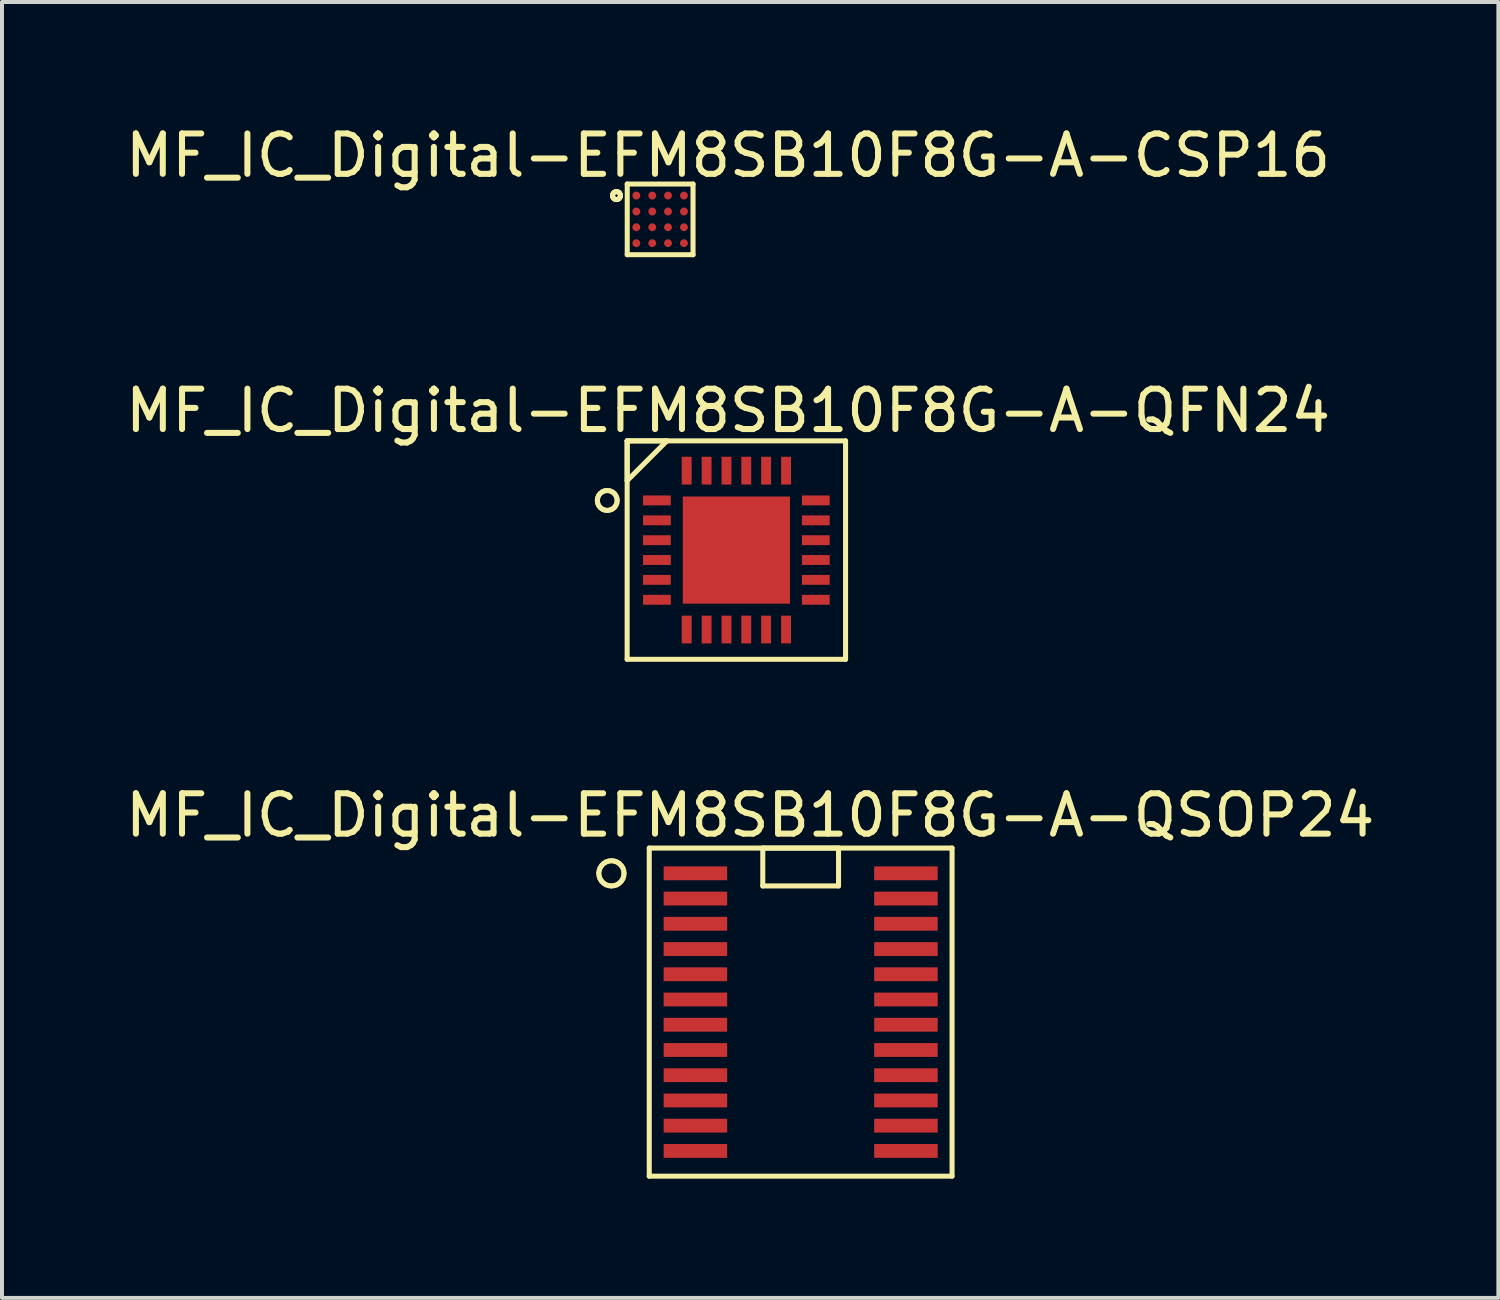
<source format=kicad_pcb>
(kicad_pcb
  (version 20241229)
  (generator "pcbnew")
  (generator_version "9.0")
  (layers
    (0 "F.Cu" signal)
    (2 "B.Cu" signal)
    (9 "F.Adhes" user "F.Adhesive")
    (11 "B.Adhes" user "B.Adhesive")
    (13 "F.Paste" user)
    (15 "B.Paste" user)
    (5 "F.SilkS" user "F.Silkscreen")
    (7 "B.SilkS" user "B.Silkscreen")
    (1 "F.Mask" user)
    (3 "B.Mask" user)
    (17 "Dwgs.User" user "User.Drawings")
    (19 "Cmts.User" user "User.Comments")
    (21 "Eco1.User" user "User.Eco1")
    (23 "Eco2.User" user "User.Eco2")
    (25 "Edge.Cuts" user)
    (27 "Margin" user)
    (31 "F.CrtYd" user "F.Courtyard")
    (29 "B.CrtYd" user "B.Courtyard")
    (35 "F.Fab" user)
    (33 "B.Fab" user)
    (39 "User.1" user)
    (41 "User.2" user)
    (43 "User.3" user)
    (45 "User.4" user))
  (footprint "MF_IC_Digital-EFM8SB10F8G-A-QSOP24"
    (layer "F.Cu")
    (at 17.097 22.418)
    (property "Reference" "MF_IC_Digital-EFM8SB10F8G-A-QSOP24" (at -1.27 -4.953 0) (layer "F.SilkS") (effects (font (size 1.016 1.016) (thickness 0.152))))
    (attr smd)
    (fp_line (start -5.08 -3.493) (end -5.07 -3.561) (stroke (width 0.127) (type solid)) (layer "F.SilkS"))
    (fp_line (start -5.07 -3.561) (end -5.047 -3.63) (stroke (width 0.127) (type solid)) (layer "F.SilkS"))
    (fp_line (start -5.07 -3.421) (end -5.08 -3.493) (stroke (width 0.127) (type solid)) (layer "F.SilkS"))
    (fp_line (start -5.047 -3.63) (end -5.009 -3.688) (stroke (width 0.127) (type solid)) (layer "F.SilkS"))
    (fp_line (start -5.047 -3.353) (end -5.07 -3.421) (stroke (width 0.127) (type solid)) (layer "F.SilkS"))
    (fp_line (start -5.009 -3.688) (end -4.958 -3.739) (stroke (width 0.127) (type solid)) (layer "F.SilkS"))
    (fp_line (start -5.009 -3.294) (end -5.047 -3.353) (stroke (width 0.127) (type solid)) (layer "F.SilkS"))
    (fp_line (start -4.958 -3.739) (end -4.9 -3.777) (stroke (width 0.127) (type solid)) (layer "F.SilkS"))
    (fp_line (start -4.958 -3.244) (end -5.009 -3.294) (stroke (width 0.127) (type solid)) (layer "F.SilkS"))
    (fp_line (start -4.9 -3.777) (end -4.831 -3.8) (stroke (width 0.127) (type solid)) (layer "F.SilkS"))
    (fp_line (start -4.9 -3.205) (end -4.958 -3.244) (stroke (width 0.127) (type solid)) (layer "F.SilkS"))
    (fp_line (start -4.831 -3.8) (end -4.763 -3.81) (stroke (width 0.127) (type solid)) (layer "F.SilkS"))
    (fp_line (start -4.831 -3.183) (end -4.9 -3.205) (stroke (width 0.127) (type solid)) (layer "F.SilkS"))
    (fp_line (start -4.763 -3.81) (end -4.691 -3.8) (stroke (width 0.127) (type solid)) (layer "F.SilkS"))
    (fp_line (start -4.763 -3.175) (end -4.831 -3.183) (stroke (width 0.127) (type solid)) (layer "F.SilkS"))
    (fp_line (start -4.691 -3.8) (end -4.623 -3.777) (stroke (width 0.127) (type solid)) (layer "F.SilkS"))
    (fp_line (start -4.691 -3.183) (end -4.763 -3.175) (stroke (width 0.127) (type solid)) (layer "F.SilkS"))
    (fp_line (start -4.623 -3.777) (end -4.564 -3.739) (stroke (width 0.127) (type solid)) (layer "F.SilkS"))
    (fp_line (start -4.623 -3.205) (end -4.691 -3.183) (stroke (width 0.127) (type solid)) (layer "F.SilkS"))
    (fp_line (start -4.564 -3.739) (end -4.514 -3.688) (stroke (width 0.127) (type solid)) (layer "F.SilkS"))
    (fp_line (start -4.564 -3.244) (end -4.623 -3.205) (stroke (width 0.127) (type solid)) (layer "F.SilkS"))
    (fp_line (start -4.514 -3.688) (end -4.475 -3.63) (stroke (width 0.127) (type solid)) (layer "F.SilkS"))
    (fp_line (start -4.514 -3.294) (end -4.564 -3.244) (stroke (width 0.127) (type solid)) (layer "F.SilkS"))
    (fp_line (start -4.475 -3.63) (end -4.453 -3.561) (stroke (width 0.127) (type solid)) (layer "F.SilkS"))
    (fp_line (start -4.475 -3.353) (end -4.514 -3.294) (stroke (width 0.127) (type solid)) (layer "F.SilkS"))
    (fp_line (start -4.453 -3.561) (end -4.445 -3.493) (stroke (width 0.127) (type solid)) (layer "F.SilkS"))
    (fp_line (start -4.453 -3.421) (end -4.475 -3.353) (stroke (width 0.127) (type solid)) (layer "F.SilkS"))
    (fp_line (start -4.445 -3.493) (end -4.453 -3.421) (stroke (width 0.127) (type solid)) (layer "F.SilkS"))
    (fp_line (start -3.81 -4.128) (end 3.81 -4.128) (stroke (width 0.127) (type solid)) (layer "F.SilkS"))
    (fp_line (start -3.81 4.128) (end -3.81 -4.128) (stroke (width 0.127) (type solid)) (layer "F.SilkS"))
    (fp_line (start -0.953 -4.128) (end -0.953 -3.175) (stroke (width 0.127) (type solid)) (layer "F.SilkS"))
    (fp_line (start -0.953 -3.175) (end 0.953 -3.175) (stroke (width 0.127) (type solid)) (layer "F.SilkS"))
    (fp_line (start 0.953 -4.128) (end -0.953 -4.128) (stroke (width 0.127) (type solid)) (layer "F.SilkS"))
    (fp_line (start 0.953 -3.175) (end 0.953 -4.128) (stroke (width 0.127) (type solid)) (layer "F.SilkS"))
    (fp_line (start 3.81 -4.128) (end 3.81 4.128) (stroke (width 0.127) (type solid)) (layer "F.SilkS"))
    (fp_line (start 3.81 4.128) (end -3.81 4.128) (stroke (width 0.127) (type solid)) (layer "F.SilkS"))
    (pad "1" smd rect (at -2.649 -3.493 90) (size 0.348 1.598) (layers "F.Cu" "F.Mask" "F.Paste"))
    (pad "2" smd rect (at -2.649 -2.857 90) (size 0.348 1.598) (layers "F.Cu" "F.Mask" "F.Paste"))
    (pad "3" smd rect (at -2.649 -2.223 90) (size 0.348 1.598) (layers "F.Cu" "F.Mask" "F.Paste"))
    (pad "4" smd rect (at -2.649 -1.587 90) (size 0.348 1.598) (layers "F.Cu" "F.Mask" "F.Paste"))
    (pad "5" smd rect (at -2.649 -0.953 90) (size 0.348 1.598) (layers "F.Cu" "F.Mask" "F.Paste"))
    (pad "6" smd rect (at -2.649 -0.318 90) (size 0.348 1.598) (layers "F.Cu" "F.Mask" "F.Paste"))
    (pad "7" smd rect (at -2.649 0.318 90) (size 0.348 1.598) (layers "F.Cu" "F.Mask" "F.Paste"))
    (pad "8" smd rect (at -2.649 0.953 90) (size 0.348 1.598) (layers "F.Cu" "F.Mask" "F.Paste"))
    (pad "9" smd rect (at -2.649 1.587 90) (size 0.348 1.598) (layers "F.Cu" "F.Mask" "F.Paste"))
    (pad "10" smd rect (at -2.649 2.223 90) (size 0.348 1.598) (layers "F.Cu" "F.Mask" "F.Paste"))
    (pad "11" smd rect (at -2.649 2.857 90) (size 0.348 1.598) (layers "F.Cu" "F.Mask" "F.Paste"))
    (pad "12" smd rect (at -2.649 3.493 90) (size 0.348 1.598) (layers "F.Cu" "F.Mask" "F.Paste"))
    (pad "13" smd rect (at 2.649 3.493 270) (size 0.348 1.598) (layers "F.Cu" "F.Mask" "F.Paste"))
    (pad "14" smd rect (at 2.649 2.857 270) (size 0.348 1.598) (layers "F.Cu" "F.Mask" "F.Paste"))
    (pad "15" smd rect (at 2.649 2.223 270) (size 0.348 1.598) (layers "F.Cu" "F.Mask" "F.Paste"))
    (pad "16" smd rect (at 2.649 1.587 270) (size 0.348 1.598) (layers "F.Cu" "F.Mask" "F.Paste"))
    (pad "17" smd rect (at 2.649 0.953 270) (size 0.348 1.598) (layers "F.Cu" "F.Mask" "F.Paste"))
    (pad "18" smd rect (at 2.649 0.318 270) (size 0.348 1.598) (layers "F.Cu" "F.Mask" "F.Paste"))
    (pad "19" smd rect (at 2.649 -0.318 270) (size 0.348 1.598) (layers "F.Cu" "F.Mask" "F.Paste"))
    (pad "20" smd rect (at 2.649 -0.953 270) (size 0.348 1.598) (layers "F.Cu" "F.Mask" "F.Paste"))
    (pad "21" smd rect (at 2.649 -1.587 270) (size 0.348 1.598) (layers "F.Cu" "F.Mask" "F.Paste"))
    (pad "22" smd rect (at 2.649 -2.223 270) (size 0.348 1.598) (layers "F.Cu" "F.Mask" "F.Paste"))
    (pad "23" smd rect (at 2.649 -2.857 270) (size 0.348 1.598) (layers "F.Cu" "F.Mask" "F.Paste"))
    (pad "24" smd rect (at 2.649 -3.493 270) (size 0.348 1.598) (layers "F.Cu" "F.Mask" "F.Paste")))
  (footprint "MF_IC_Digital-EFM8SB10F8G-A-QFN24"
    (layer "F.Cu")
    (at 15.479 10.792)
    (property "Reference" "MF_IC_Digital-EFM8SB10F8G-A-QFN24" (at -0.208 -3.508 0) (layer "F.SilkS") (effects (font (size 1.016 1.016) (thickness 0.152))))
    (attr smd)
    (fp_line (start -3.498 -1.25) (end -3.49 -1.313) (stroke (width 0.127) (type solid)) (layer "F.SilkS"))
    (fp_line (start -3.49 -1.313) (end -3.465 -1.374) (stroke (width 0.127) (type solid)) (layer "F.SilkS"))
    (fp_line (start -3.49 -1.184) (end -3.498 -1.25) (stroke (width 0.127) (type solid)) (layer "F.SilkS"))
    (fp_line (start -3.465 -1.374) (end -3.426 -1.425) (stroke (width 0.127) (type solid)) (layer "F.SilkS"))
    (fp_line (start -3.465 -1.123) (end -3.49 -1.184) (stroke (width 0.127) (type solid)) (layer "F.SilkS"))
    (fp_line (start -3.426 -1.425) (end -3.373 -1.466) (stroke (width 0.127) (type solid)) (layer "F.SilkS"))
    (fp_line (start -3.426 -1.072) (end -3.465 -1.123) (stroke (width 0.127) (type solid)) (layer "F.SilkS"))
    (fp_line (start -3.373 -1.466) (end -3.315 -1.491) (stroke (width 0.127) (type solid)) (layer "F.SilkS"))
    (fp_line (start -3.373 -1.031) (end -3.426 -1.072) (stroke (width 0.127) (type solid)) (layer "F.SilkS"))
    (fp_line (start -3.315 -1.491) (end -3.249 -1.499) (stroke (width 0.127) (type solid)) (layer "F.SilkS"))
    (fp_line (start -3.315 -1.008) (end -3.373 -1.031) (stroke (width 0.127) (type solid)) (layer "F.SilkS"))
    (fp_line (start -3.249 -1.499) (end -3.185 -1.491) (stroke (width 0.127) (type solid)) (layer "F.SilkS"))
    (fp_line (start -3.249 -0.998) (end -3.315 -1.008) (stroke (width 0.127) (type solid)) (layer "F.SilkS"))
    (fp_line (start -3.185 -1.491) (end -3.124 -1.466) (stroke (width 0.127) (type solid)) (layer "F.SilkS"))
    (fp_line (start -3.185 -1.008) (end -3.249 -0.998) (stroke (width 0.127) (type solid)) (layer "F.SilkS"))
    (fp_line (start -3.124 -1.466) (end -3.071 -1.425) (stroke (width 0.127) (type solid)) (layer "F.SilkS"))
    (fp_line (start -3.124 -1.031) (end -3.185 -1.008) (stroke (width 0.127) (type solid)) (layer "F.SilkS"))
    (fp_line (start -3.071 -1.425) (end -3.033 -1.374) (stroke (width 0.127) (type solid)) (layer "F.SilkS"))
    (fp_line (start -3.071 -1.072) (end -3.124 -1.031) (stroke (width 0.127) (type solid)) (layer "F.SilkS"))
    (fp_line (start -3.033 -1.374) (end -3.007 -1.313) (stroke (width 0.127) (type solid)) (layer "F.SilkS"))
    (fp_line (start -3.033 -1.123) (end -3.071 -1.072) (stroke (width 0.127) (type solid)) (layer "F.SilkS"))
    (fp_line (start -3.007 -1.313) (end -3 -1.25) (stroke (width 0.127) (type solid)) (layer "F.SilkS"))
    (fp_line (start -3.007 -1.184) (end -3.033 -1.123) (stroke (width 0.127) (type solid)) (layer "F.SilkS"))
    (fp_line (start -3 -1.25) (end -3.007 -1.184) (stroke (width 0.127) (type solid)) (layer "F.SilkS"))
    (fp_line (start -2.748 -2.748) (end -1.748 -2.748) (stroke (width 0.127) (type solid)) (layer "F.SilkS"))
    (fp_line (start -2.748 -2.748) (end 2.748 -2.748) (stroke (width 0.127) (type solid)) (layer "F.SilkS"))
    (fp_line (start -2.748 -1.748) (end -2.748 -2.748) (stroke (width 0.127) (type solid)) (layer "F.SilkS"))
    (fp_line (start -2.748 2.748) (end -2.748 -2.748) (stroke (width 0.127) (type solid)) (layer "F.SilkS"))
    (fp_line (start -1.748 -2.748) (end -2.748 -1.748) (stroke (width 0.127) (type solid)) (layer "F.SilkS"))
    (fp_line (start 2.748 -2.748) (end 2.748 2.748) (stroke (width 0.127) (type solid)) (layer "F.SilkS"))
    (fp_line (start 2.748 2.748) (end -2.748 2.748) (stroke (width 0.127) (type solid)) (layer "F.SilkS"))
    (fp_line (start -1.123 -1.123) (end -1.123 -0.249) (stroke (width 0.127) (type solid)) (layer "F.Paste"))
    (fp_line (start -1.123 -0.249) (end -0.249 -0.249) (stroke (width 0.127) (type solid)) (layer "F.Paste"))
    (fp_line (start -1.123 0.249) (end -1.123 1.123) (stroke (width 0.127) (type solid)) (layer "F.Paste"))
    (fp_line (start -1.123 1.123) (end -0.249 1.123) (stroke (width 0.127) (type solid)) (layer "F.Paste"))
    (fp_line (start -0.249 -1.123) (end -1.123 -1.123) (stroke (width 0.127) (type solid)) (layer "F.Paste"))
    (fp_line (start -0.249 -1.003) (end -1.123 -1.003) (stroke (width 0.127) (type solid)) (layer "F.Paste"))
    (fp_line (start -0.249 -0.876) (end -1.123 -0.876) (stroke (width 0.127) (type solid)) (layer "F.Paste"))
    (fp_line (start -0.249 -0.749) (end -1.123 -0.749) (stroke (width 0.127) (type solid)) (layer "F.Paste"))
    (fp_line (start -0.249 -0.622) (end -1.123 -0.622) (stroke (width 0.127) (type solid)) (layer "F.Paste"))
    (fp_line (start -0.249 -0.495) (end -1.123 -0.495) (stroke (width 0.127) (type solid)) (layer "F.Paste"))
    (fp_line (start -0.249 -0.368) (end -1.123 -0.368) (stroke (width 0.127) (type solid)) (layer "F.Paste"))
    (fp_line (start -0.249 -0.249) (end -0.249 -1.123) (stroke (width 0.127) (type solid)) (layer "F.Paste"))
    (fp_line (start -0.249 0.249) (end -1.123 0.249) (stroke (width 0.127) (type solid)) (layer "F.Paste"))
    (fp_line (start -0.249 0.368) (end -1.123 0.368) (stroke (width 0.127) (type solid)) (layer "F.Paste"))
    (fp_line (start -0.249 0.495) (end -1.123 0.495) (stroke (width 0.127) (type solid)) (layer "F.Paste"))
    (fp_line (start -0.249 0.622) (end -1.123 0.622) (stroke (width 0.127) (type solid)) (layer "F.Paste"))
    (fp_line (start -0.249 0.749) (end -1.123 0.749) (stroke (width 0.127) (type solid)) (layer "F.Paste"))
    (fp_line (start -0.249 0.876) (end -1.123 0.876) (stroke (width 0.127) (type solid)) (layer "F.Paste"))
    (fp_line (start -0.249 1.003) (end -1.123 1.003) (stroke (width 0.127) (type solid)) (layer "F.Paste"))
    (fp_line (start -0.249 1.123) (end -0.249 0.249) (stroke (width 0.127) (type solid)) (layer "F.Paste"))
    (fp_line (start 0.249 -1.123) (end 0.249 -0.249) (stroke (width 0.127) (type solid)) (layer "F.Paste"))
    (fp_line (start 0.249 -0.249) (end 1.123 -0.249) (stroke (width 0.127) (type solid)) (layer "F.Paste"))
    (fp_line (start 0.249 0.249) (end 0.249 1.123) (stroke (width 0.127) (type solid)) (layer "F.Paste"))
    (fp_line (start 0.249 1.123) (end 1.123 1.123) (stroke (width 0.127) (type solid)) (layer "F.Paste"))
    (fp_line (start 1.123 -1.123) (end 0.249 -1.123) (stroke (width 0.127) (type solid)) (layer "F.Paste"))
    (fp_line (start 1.123 -1.003) (end 0.249 -1.003) (stroke (width 0.127) (type solid)) (layer "F.Paste"))
    (fp_line (start 1.123 -0.876) (end 0.249 -0.876) (stroke (width 0.127) (type solid)) (layer "F.Paste"))
    (fp_line (start 1.123 -0.749) (end 0.249 -0.749) (stroke (width 0.127) (type solid)) (layer "F.Paste"))
    (fp_line (start 1.123 -0.622) (end 0.249 -0.622) (stroke (width 0.127) (type solid)) (layer "F.Paste"))
    (fp_line (start 1.123 -0.495) (end 0.249 -0.495) (stroke (width 0.127) (type solid)) (layer "F.Paste"))
    (fp_line (start 1.123 -0.368) (end 0.249 -0.368) (stroke (width 0.127) (type solid)) (layer "F.Paste"))
    (fp_line (start 1.123 -0.249) (end 1.123 -1.123) (stroke (width 0.127) (type solid)) (layer "F.Paste"))
    (fp_line (start 1.123 0.249) (end 0.249 0.249) (stroke (width 0.127) (type solid)) (layer "F.Paste"))
    (fp_line (start 1.123 0.368) (end 0.249 0.368) (stroke (width 0.127) (type solid)) (layer "F.Paste"))
    (fp_line (start 1.123 0.495) (end 0.249 0.495) (stroke (width 0.127) (type solid)) (layer "F.Paste"))
    (fp_line (start 1.123 0.622) (end 0.249 0.622) (stroke (width 0.127) (type solid)) (layer "F.Paste"))
    (fp_line (start 1.123 0.749) (end 0.249 0.749) (stroke (width 0.127) (type solid)) (layer "F.Paste"))
    (fp_line (start 1.123 0.876) (end 0.249 0.876) (stroke (width 0.127) (type solid)) (layer "F.Paste"))
    (fp_line (start 1.123 1.003) (end 0.249 1.003) (stroke (width 0.127) (type solid)) (layer "F.Paste"))
    (fp_line (start 1.123 1.123) (end 1.123 0.249) (stroke (width 0.127) (type solid)) (layer "F.Paste"))
    (pad "1" smd rect (at -1.999 -1.25 90) (size 0.249 0.699) (layers "F.Cu" "F.Mask" "F.Paste"))
    (pad "2" smd rect (at -1.999 -0.749 90) (size 0.249 0.699) (layers "F.Cu" "F.Mask" "F.Paste"))
    (pad "3" smd rect (at -1.999 -0.249 90) (size 0.249 0.699) (layers "F.Cu" "F.Mask" "F.Paste"))
    (pad "4" smd rect (at -1.999 0.249 90) (size 0.249 0.699) (layers "F.Cu" "F.Mask" "F.Paste"))
    (pad "5" smd rect (at -1.999 0.749 90) (size 0.249 0.699) (layers "F.Cu" "F.Mask" "F.Paste"))
    (pad "6" smd rect (at -1.999 1.25 90) (size 0.249 0.699) (layers "F.Cu" "F.Mask" "F.Paste"))
    (pad "7" smd rect (at -1.25 1.999 180) (size 0.249 0.699) (layers "F.Cu" "F.Mask" "F.Paste"))
    (pad "8" smd rect (at -0.749 1.999 180) (size 0.249 0.699) (layers "F.Cu" "F.Mask" "F.Paste"))
    (pad "9" smd rect (at -0.249 1.999 180) (size 0.249 0.699) (layers "F.Cu" "F.Mask" "F.Paste"))
    (pad "10" smd rect (at 0.249 1.999 180) (size 0.249 0.699) (layers "F.Cu" "F.Mask" "F.Paste"))
    (pad "11" smd rect (at 0.749 1.999 180) (size 0.249 0.699) (layers "F.Cu" "F.Mask" "F.Paste"))
    (pad "12" smd rect (at 1.25 1.999 180) (size 0.249 0.699) (layers "F.Cu" "F.Mask" "F.Paste"))
    (pad "13" smd rect (at 1.999 1.25 270) (size 0.249 0.699) (layers "F.Cu" "F.Mask" "F.Paste"))
    (pad "14" smd rect (at 1.999 0.749 270) (size 0.249 0.699) (layers "F.Cu" "F.Mask" "F.Paste"))
    (pad "15" smd rect (at 1.999 0.249 270) (size 0.249 0.699) (layers "F.Cu" "F.Mask" "F.Paste"))
    (pad "16" smd rect (at 1.999 -0.249 270) (size 0.249 0.699) (layers "F.Cu" "F.Mask" "F.Paste"))
    (pad "17" smd rect (at 1.999 -0.749 270) (size 0.249 0.699) (layers "F.Cu" "F.Mask" "F.Paste"))
    (pad "18" smd rect (at 1.999 -1.25 270) (size 0.249 0.699) (layers "F.Cu" "F.Mask" "F.Paste"))
    (pad "19" smd rect (at 1.25 -1.999) (size 0.249 0.699) (layers "F.Cu" "F.Mask" "F.Paste"))
    (pad "20" smd rect (at 0.749 -1.999) (size 0.249 0.699) (layers "F.Cu" "F.Mask" "F.Paste"))
    (pad "21" smd rect (at 0.249 -1.999) (size 0.249 0.699) (layers "F.Cu" "F.Mask" "F.Paste"))
    (pad "22" smd rect (at -0.249 -1.999) (size 0.249 0.699) (layers "F.Cu" "F.Mask" "F.Paste"))
    (pad "23" smd rect (at -0.749 -1.999) (size 0.249 0.699) (layers "F.Cu" "F.Mask" "F.Paste"))
    (pad "24" smd rect (at -1.25 -1.999) (size 0.249 0.699) (layers "F.Cu" "F.Mask" "F.Paste"))
    (pad "PAD" smd rect (at 0 0) (size 2.697 2.697) (layers "F.Cu" "F.Mask" "F.Paste")))
  (footprint "MF_IC_Digital-EFM8SB10F8G-A-CSP16"
    (layer "F.Cu")
    (at 13.561 2.47)
    (property "Reference" "MF_IC_Digital-EFM8SB10F8G-A-CSP16" (at 1.709 -1.608 0) (layer "F.SilkS") (effects (font (size 1.016 1.016) (thickness 0.152))))
    (attr smd)
    (fp_line (start -1.199 -0.599) (end -1.194 -0.63) (stroke (width 0.127) (type solid)) (layer "F.SilkS"))
    (fp_line (start -1.194 -0.63) (end -1.179 -0.658) (stroke (width 0.127) (type solid)) (layer "F.SilkS"))
    (fp_line (start -1.194 -0.569) (end -1.199 -0.599) (stroke (width 0.127) (type solid)) (layer "F.SilkS"))
    (fp_line (start -1.179 -0.658) (end -1.158 -0.681) (stroke (width 0.127) (type solid)) (layer "F.SilkS"))
    (fp_line (start -1.179 -0.541) (end -1.194 -0.569) (stroke (width 0.127) (type solid)) (layer "F.SilkS"))
    (fp_line (start -1.158 -0.681) (end -1.13 -0.693) (stroke (width 0.127) (type solid)) (layer "F.SilkS"))
    (fp_line (start -1.158 -0.518) (end -1.179 -0.541) (stroke (width 0.127) (type solid)) (layer "F.SilkS"))
    (fp_line (start -1.13 -0.693) (end -1.1 -0.699) (stroke (width 0.127) (type solid)) (layer "F.SilkS"))
    (fp_line (start -1.13 -0.503) (end -1.158 -0.518) (stroke (width 0.127) (type solid)) (layer "F.SilkS"))
    (fp_line (start -1.1 -0.699) (end -1.067 -0.693) (stroke (width 0.127) (type solid)) (layer "F.SilkS"))
    (fp_line (start -1.1 -0.498) (end -1.13 -0.503) (stroke (width 0.127) (type solid)) (layer "F.SilkS"))
    (fp_line (start -1.067 -0.693) (end -1.039 -0.681) (stroke (width 0.127) (type solid)) (layer "F.SilkS"))
    (fp_line (start -1.067 -0.503) (end -1.1 -0.498) (stroke (width 0.127) (type solid)) (layer "F.SilkS"))
    (fp_line (start -1.039 -0.681) (end -1.019 -0.658) (stroke (width 0.127) (type solid)) (layer "F.SilkS"))
    (fp_line (start -1.039 -0.518) (end -1.067 -0.503) (stroke (width 0.127) (type solid)) (layer "F.SilkS"))
    (fp_line (start -1.019 -0.658) (end -1.003 -0.63) (stroke (width 0.127) (type solid)) (layer "F.SilkS"))
    (fp_line (start -1.019 -0.541) (end -1.039 -0.518) (stroke (width 0.127) (type solid)) (layer "F.SilkS"))
    (fp_line (start -1.003 -0.63) (end -0.998 -0.599) (stroke (width 0.127) (type solid)) (layer "F.SilkS"))
    (fp_line (start -1.003 -0.569) (end -1.019 -0.541) (stroke (width 0.127) (type solid)) (layer "F.SilkS"))
    (fp_line (start -0.998 -0.599) (end -1.003 -0.569) (stroke (width 0.127) (type solid)) (layer "F.SilkS"))
    (fp_line (start -0.828 -0.889) (end 0.828 -0.889) (stroke (width 0.127) (type solid)) (layer "F.SilkS"))
    (fp_line (start -0.828 0.889) (end -0.828 -0.889) (stroke (width 0.127) (type solid)) (layer "F.SilkS"))
    (fp_line (start 0.828 -0.889) (end 0.828 0.889) (stroke (width 0.127) (type solid)) (layer "F.SilkS"))
    (fp_line (start 0.828 0.889) (end -0.828 0.889) (stroke (width 0.127) (type solid)) (layer "F.SilkS"))
    (pad "A1" smd circle (at -0.599 -0.599) (size 0.198 0.198) (layers "F.Cu" "F.Mask" "F.Paste"))
    (pad "A2" smd circle (at -0.198 -0.599) (size 0.198 0.198) (layers "F.Cu" "F.Mask" "F.Paste"))
    (pad "A3" smd circle (at 0.198 -0.599) (size 0.198 0.198) (layers "F.Cu" "F.Mask" "F.Paste"))
    (pad "A4" smd circle (at 0.599 -0.599) (size 0.198 0.198) (layers "F.Cu" "F.Mask" "F.Paste"))
    (pad "B1" smd circle (at -0.599 -0.198) (size 0.198 0.198) (layers "F.Cu" "F.Mask" "F.Paste"))
    (pad "B2" smd circle (at -0.198 -0.198) (size 0.198 0.198) (layers "F.Cu" "F.Mask" "F.Paste"))
    (pad "B3" smd circle (at 0.198 -0.198) (size 0.198 0.198) (layers "F.Cu" "F.Mask" "F.Paste"))
    (pad "B4" smd circle (at 0.599 -0.198) (size 0.198 0.198) (layers "F.Cu" "F.Mask" "F.Paste"))
    (pad "C1" smd circle (at -0.599 0.198) (size 0.198 0.198) (layers "F.Cu" "F.Mask" "F.Paste"))
    (pad "C2" smd circle (at -0.198 0.198) (size 0.198 0.198) (layers "F.Cu" "F.Mask" "F.Paste"))
    (pad "C3" smd circle (at 0.198 0.198) (size 0.198 0.198) (layers "F.Cu" "F.Mask" "F.Paste"))
    (pad "C4" smd circle (at 0.599 0.198) (size 0.198 0.198) (layers "F.Cu" "F.Mask" "F.Paste"))
    (pad "D1" smd circle (at -0.599 0.599) (size 0.198 0.198) (layers "F.Cu" "F.Mask" "F.Paste"))
    (pad "D2" smd circle (at -0.198 0.599) (size 0.198 0.198) (layers "F.Cu" "F.Mask" "F.Paste"))
    (pad "D3" smd circle (at 0.198 0.599) (size 0.198 0.198) (layers "F.Cu" "F.Mask" "F.Paste"))
    (pad "D4" smd circle (at 0.599 0.599) (size 0.198 0.198) (layers "F.Cu" "F.Mask" "F.Paste")))
  (gr_rect
    (start -3 -3)
    (end 34.653 29.609)
    (stroke (width 0.1) (type default))
    (fill no)
    (layer "Edge.Cuts")))
</source>
